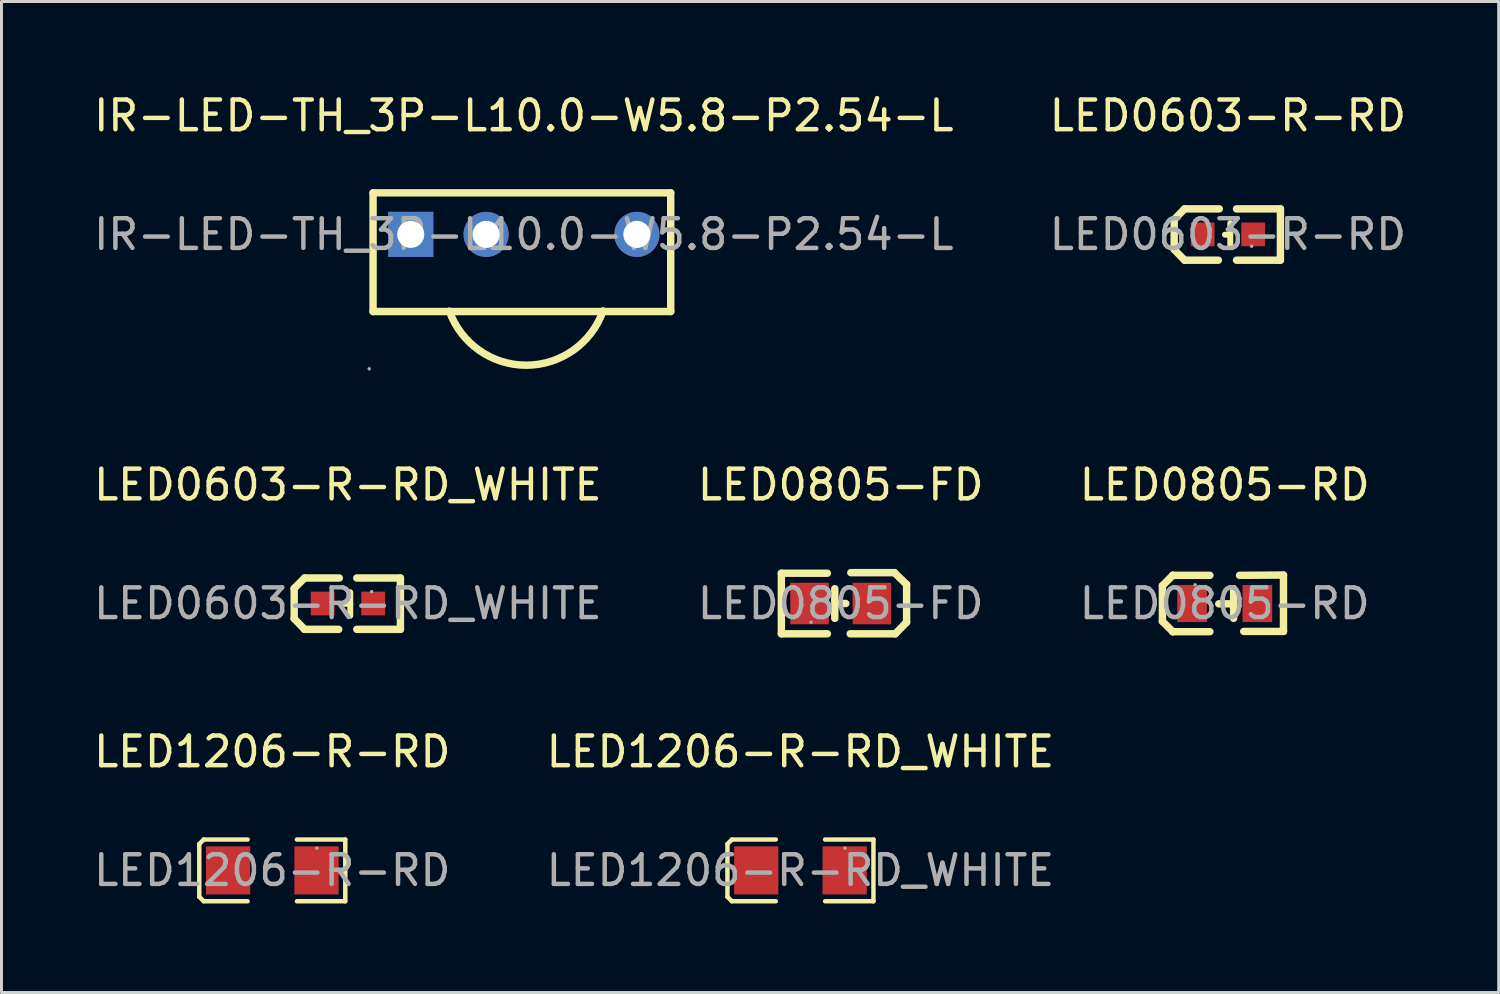
<source format=kicad_pcb>
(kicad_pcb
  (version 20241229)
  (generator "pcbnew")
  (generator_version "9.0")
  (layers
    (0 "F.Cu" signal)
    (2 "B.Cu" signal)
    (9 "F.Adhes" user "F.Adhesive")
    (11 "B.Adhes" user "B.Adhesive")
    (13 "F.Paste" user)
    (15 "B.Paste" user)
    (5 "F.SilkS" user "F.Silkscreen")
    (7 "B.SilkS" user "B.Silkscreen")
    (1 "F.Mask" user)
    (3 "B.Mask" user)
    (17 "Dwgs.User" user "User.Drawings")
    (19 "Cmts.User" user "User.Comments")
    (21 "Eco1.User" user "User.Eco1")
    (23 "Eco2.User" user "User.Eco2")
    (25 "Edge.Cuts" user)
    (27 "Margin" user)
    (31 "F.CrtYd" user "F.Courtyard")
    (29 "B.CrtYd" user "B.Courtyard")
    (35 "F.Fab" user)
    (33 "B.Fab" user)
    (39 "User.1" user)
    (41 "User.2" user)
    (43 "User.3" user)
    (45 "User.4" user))
  (footprint "IR-LED-TH_3P-L10.0-W5.8-P2.54-L"
    (layer "F.Cu")
    (at 14.601 4.848)
    (property "Reference" "IR-LED-TH_3P-L10.0-W5.8-P2.54-L" (at 0 -4 0) (layer "F.SilkS") (effects (font (size 1 1) (thickness 0.15))))
    (attr through_hole)
    (fp_line (start -5.08 -1.4) (end -5.08 2.6) (stroke (width 0.25) (type solid)) (layer "F.SilkS"))
    (fp_line (start -5.08 -1.4) (end 4.95 -1.4) (stroke (width 0.25) (type solid)) (layer "F.SilkS"))
    (fp_line (start -5.08 2.6) (end 4.95 2.6) (stroke (width 0.25) (type solid)) (layer "F.SilkS"))
    (fp_line (start 4.95 -1.4) (end 4.95 2.6) (stroke (width 0.25) (type solid)) (layer "F.SilkS"))
    (fp_arc (start 2.67 2.58) (mid 0.084045 4.408542) (end -2.507281 2.58762) (stroke (width 0.25) (type solid)) (layer "F.SilkS"))
    (fp_circle (center -5.21 4.53) (end -5.18 4.53) (stroke (width 0.06) (type solid)) (fill no) (layer "F.Fab"))
    (fp_circle (center -3.81 0) (end -3.63 0) (stroke (width 0.36) (type solid)) (fill no) (layer "F.Fab"))
    (fp_circle (center -1.27 0) (end -1.09 0) (stroke (width 0.36) (type solid)) (fill no) (layer "F.Fab"))
    (fp_circle (center 3.81 0) (end 3.99 0) (stroke (width 0.36) (type solid)) (fill no) (layer "F.Fab"))
    (fp_text user "${REFERENCE}" (at 0 0 0) (layer "F.Fab") (effects (font (size 1 1) (thickness 0.15))))
    (pad "1" thru_hole rect (at -3.81 0) (size 1.52 1.52) (drill 0.914) (layers "*.Cu" "*.Paste" "*.Mask"))
    (pad "2" thru_hole circle (at -1.27 0) (size 1.52 1.52) (drill 0.914) (layers "*.Cu" "*.Paste" "*.Mask"))
    (pad "3" thru_hole circle (at 3.81 0) (size 1.52 1.52) (drill 0.914) (layers "*.Cu" "*.Paste" "*.Mask")))
  (footprint "LED0805-FD"
    (layer "F.Cu")
    (at 25.28 17.287)
    (property "Reference" "LED0805-FD" (at 0 -4 0) (layer "F.SilkS") (effects (font (size 1 1) (thickness 0.15))))
    (attr through_hole)
    (fp_line (start -2 -1.02) (end -2 1.02) (stroke (width 0.25) (type solid)) (layer "F.SilkS"))
    (fp_line (start -2 1.02) (end -0.45 1.02) (stroke (width 0.25) (type solid)) (layer "F.SilkS"))
    (fp_line (start -0.45 -1.02) (end -2 -1.02) (stroke (width 0.25) (type solid)) (layer "F.SilkS"))
    (fp_line (start -0.2 0.5) (end -0.2 -0.5) (stroke (width 0.25) (type solid)) (layer "F.SilkS"))
    (fp_line (start -0.1 0) (end 0.17 0) (stroke (width 0.25) (type solid)) (layer "F.SilkS"))
    (fp_line (start 0.34 -1.04) (end 1.81 -1.04) (stroke (width 0.25) (type solid)) (layer "F.SilkS"))
    (fp_line (start 1.81 -1.04) (end 2.22 -0.64) (stroke (width 0.25) (type solid)) (layer "F.SilkS"))
    (fp_line (start 1.84 1.02) (end 0.32 1.02) (stroke (width 0.25) (type solid)) (layer "F.SilkS"))
    (fp_line (start 2.22 -0.64) (end 2.22 0.63) (stroke (width 0.25) (type solid)) (layer "F.SilkS"))
    (fp_line (start 2.22 0.63) (end 1.84 1.02) (stroke (width 0.25) (type solid)) (layer "F.SilkS"))
    (fp_circle (center -1 0.63) (end -0.97 0.63) (stroke (width 0.06) (type solid)) (fill no) (layer "F.Fab"))
    (fp_text user "${REFERENCE}" (at 0 0 0) (layer "F.Fab") (effects (font (size 1 1) (thickness 0.15))))
    (pad "1" smd rect (at -1.05 0) (size 1.3 1.4) (layers "F.Cu" "F.Mask" "F.Paste"))
    (pad "2" smd rect (at 1.05 0) (size 1.3 1.4) (layers "F.Cu" "F.Mask" "F.Paste")))
  (footprint "LED0603-R-RD_WHITE"
    (layer "F.Cu")
    (at 8.673 17.287)
    (property "Reference" "LED0603-R-RD_WHITE" (at 0 -4 0) (layer "F.SilkS") (effects (font (size 1 1) (thickness 0.15))))
    (attr through_hole)
    (fp_line (start -1.81 -0.51) (end -1.46 -0.86) (stroke (width 0.25) (type solid)) (layer "F.SilkS"))
    (fp_line (start -1.81 0.51) (end -1.81 -0.51) (stroke (width 0.25) (type solid)) (layer "F.SilkS"))
    (fp_line (start -1.46 0.87) (end -1.81 0.51) (stroke (width 0.25) (type solid)) (layer "F.SilkS"))
    (fp_line (start -0.31 0.87) (end -1.46 0.87) (stroke (width 0.25) (type solid)) (layer "F.SilkS"))
    (fp_line (start -0.29 -0.86) (end -1.46 -0.86) (stroke (width 0.25) (type solid)) (layer "F.SilkS"))
    (fp_line (start 0.08 0.01) (end -0.1 0.01) (stroke (width 0.2) (type solid)) (layer "F.SilkS"))
    (fp_line (start 0.08 0.41) (end 0.08 -0.38) (stroke (width 0.2) (type solid)) (layer "F.SilkS"))
    (fp_line (start 1.77 -0.86) (end 0.3 -0.86) (stroke (width 0.25) (type solid)) (layer "F.SilkS"))
    (fp_line (start 1.77 0.87) (end 0.3 0.87) (stroke (width 0.25) (type solid)) (layer "F.SilkS"))
    (fp_line (start 1.77 0.87) (end 1.77 -0.86) (stroke (width 0.25) (type solid)) (layer "F.SilkS"))
    (fp_circle (center 0.8 -0.4) (end 0.83 -0.4) (stroke (width 0.06) (type solid)) (fill no) (layer "F.Fab"))
    (fp_text user "${REFERENCE}" (at 0 0 0) (layer "F.Fab") (effects (font (size 1 1) (thickness 0.15))))
    (pad "1" smd rect (at 0.85 0 90) (size 0.8 0.8) (layers "F.Cu" "F.Mask" "F.Paste"))
    (pad "2" smd rect (at -0.85 0 90) (size 0.8 0.8) (layers "F.Cu" "F.Mask" "F.Paste")))
  (footprint "LED1206-R-RD"
    (layer "F.Cu")
    (at 6.125 26.28)
    (property "Reference" "LED1206-R-RD" (at 0 -4 0) (layer "F.SilkS") (effects (font (size 1 1) (thickness 0.15))))
    (attr through_hole)
    (fp_line (start -2.46 -0.89) (end -2.31 -1.04) (stroke (width 0.15) (type solid)) (layer "F.SilkS"))
    (fp_line (start -2.46 0.89) (end -2.46 -0.89) (stroke (width 0.15) (type solid)) (layer "F.SilkS"))
    (fp_line (start -2.31 -1.04) (end -0.83 -1.04) (stroke (width 0.15) (type solid)) (layer "F.SilkS"))
    (fp_line (start -2.31 1.04) (end -2.46 0.89) (stroke (width 0.15) (type solid)) (layer "F.SilkS"))
    (fp_line (start -0.83 1.04) (end -2.31 1.04) (stroke (width 0.15) (type solid)) (layer "F.SilkS"))
    (fp_line (start 0.83 1.04) (end 2.46 1.04) (stroke (width 0.15) (type solid)) (layer "F.SilkS"))
    (fp_line (start 2.46 -1.04) (end 0.83 -1.04) (stroke (width 0.15) (type solid)) (layer "F.SilkS"))
    (fp_line (start 2.46 1.04) (end 2.46 -1.04) (stroke (width 0.15) (type solid)) (layer "F.SilkS"))
    (fp_circle (center 1.5 -0.75) (end 1.53 -0.75) (stroke (width 0.06) (type solid)) (fill no) (layer "F.Fab"))
    (fp_text user "${REFERENCE}" (at 0 0 0) (layer "F.Fab") (effects (font (size 1 1) (thickness 0.15))))
    (pad "1" smd rect (at 1.49 0) (size 1.49 1.62) (layers "F.Cu" "F.Mask" "F.Paste"))
    (pad "2" smd rect (at -1.49 0) (size 1.49 1.62) (layers "F.Cu" "F.Mask" "F.Paste")))
  (footprint "LED1206-R-RD_WHITE"
    (layer "F.Cu")
    (at 23.923 26.28)
    (property "Reference" "LED1206-R-RD_WHITE" (at 0 -4 0) (layer "F.SilkS") (effects (font (size 1 1) (thickness 0.15))))
    (attr through_hole)
    (fp_line (start -2.46 -0.89) (end -2.31 -1.04) (stroke (width 0.15) (type solid)) (layer "F.SilkS"))
    (fp_line (start -2.46 0.89) (end -2.46 -0.89) (stroke (width 0.15) (type solid)) (layer "F.SilkS"))
    (fp_line (start -2.31 -1.04) (end -0.83 -1.04) (stroke (width 0.15) (type solid)) (layer "F.SilkS"))
    (fp_line (start -2.31 1.04) (end -2.46 0.89) (stroke (width 0.15) (type solid)) (layer "F.SilkS"))
    (fp_line (start -0.83 1.04) (end -2.31 1.04) (stroke (width 0.15) (type solid)) (layer "F.SilkS"))
    (fp_line (start 0.83 1.04) (end 2.46 1.04) (stroke (width 0.15) (type solid)) (layer "F.SilkS"))
    (fp_line (start 2.46 -1.04) (end 0.83 -1.04) (stroke (width 0.15) (type solid)) (layer "F.SilkS"))
    (fp_line (start 2.46 1.04) (end 2.46 -1.04) (stroke (width 0.15) (type solid)) (layer "F.SilkS"))
    (fp_circle (center 1.5 -0.75) (end 1.53 -0.75) (stroke (width 0.06) (type solid)) (fill no) (layer "F.Fab"))
    (fp_text user "${REFERENCE}" (at 0 0 0) (layer "F.Fab") (effects (font (size 1 1) (thickness 0.15))))
    (pad "1" smd rect (at 1.49 0) (size 1.49 1.62) (layers "F.Cu" "F.Mask" "F.Paste"))
    (pad "2" smd rect (at -1.49 0) (size 1.49 1.62) (layers "F.Cu" "F.Mask" "F.Paste")))
  (footprint "LED0805-RD"
    (layer "F.Cu")
    (at 38.22 17.287)
    (property "Reference" "LED0805-RD" (at 0 -4 0) (layer "F.SilkS") (effects (font (size 1 1) (thickness 0.15))))
    (attr through_hole)
    (fp_line (start -2.1 -0.6) (end -2.1 0.6) (stroke (width 0.25) (type solid)) (layer "F.SilkS"))
    (fp_line (start -1.75 -0.95) (end -2.1 -0.6) (stroke (width 0.25) (type solid)) (layer "F.SilkS"))
    (fp_line (start -1.75 -0.95) (end -1.75 -0.95) (stroke (width 0.25) (type solid)) (layer "F.SilkS"))
    (fp_line (start -1.75 0.95) (end -2.1 0.6) (stroke (width 0.25) (type solid)) (layer "F.SilkS"))
    (fp_line (start -1.75 0.95) (end -1.75 0.95) (stroke (width 0.25) (type solid)) (layer "F.SilkS"))
    (fp_line (start -0.5 -0.95) (end -1.75 -0.95) (stroke (width 0.25) (type solid)) (layer "F.SilkS"))
    (fp_line (start -0.5 0.95) (end -1.75 0.95) (stroke (width 0.25) (type solid)) (layer "F.SilkS"))
    (fp_line (start 0.3 -0.5) (end 0.3 0.5) (stroke (width 0.25) (type solid)) (layer "F.SilkS"))
    (fp_line (start 0.3 0.01) (end -0.2 0.01) (stroke (width 0.25) (type solid)) (layer "F.SilkS"))
    (fp_line (start 0.5 -0.95) (end 1.98 -0.96) (stroke (width 0.25) (type solid)) (layer "F.SilkS"))
    (fp_line (start 0.64 0.94) (end 1.98 0.94) (stroke (width 0.25) (type solid)) (layer "F.SilkS"))
    (fp_line (start 1.98 -0.96) (end 1.98 0.94) (stroke (width 0.25) (type solid)) (layer "F.SilkS"))
    (fp_circle (center -1 -0.63) (end -0.97 -0.63) (stroke (width 0.06) (type solid)) (fill no) (layer "F.Fab"))
    (fp_text user "${REFERENCE}" (at 0 0 0) (layer "F.Fab") (effects (font (size 1 1) (thickness 0.15))))
    (pad "1" smd rect (at -1.1 0 180) (size 1 1.25) (layers "F.Cu" "F.Mask" "F.Paste"))
    (pad "2" smd rect (at 1.1 0 180) (size 1 1.25) (layers "F.Cu" "F.Mask" "F.Paste")))
  (footprint "LED0603-R-RD"
    (layer "F.Cu")
    (at 38.327 4.848)
    (property "Reference" "LED0603-R-RD" (at 0 -4 0) (layer "F.SilkS") (effects (font (size 1 1) (thickness 0.15))))
    (attr through_hole)
    (fp_line (start -1.81 -0.5) (end -1.46 -0.86) (stroke (width 0.25) (type solid)) (layer "F.SilkS"))
    (fp_line (start -1.81 0.51) (end -1.81 -0.5) (stroke (width 0.25) (type solid)) (layer "F.SilkS"))
    (fp_line (start -1.46 0.87) (end -1.81 0.51) (stroke (width 0.25) (type solid)) (layer "F.SilkS"))
    (fp_line (start -0.32 0.87) (end -1.46 0.87) (stroke (width 0.25) (type solid)) (layer "F.SilkS"))
    (fp_line (start -0.29 -0.86) (end -1.46 -0.86) (stroke (width 0.25) (type solid)) (layer "F.SilkS"))
    (fp_line (start 0.08 0.01) (end -0.1 0.01) (stroke (width 0.2) (type solid)) (layer "F.SilkS"))
    (fp_line (start 0.08 0.41) (end 0.08 -0.38) (stroke (width 0.2) (type solid)) (layer "F.SilkS"))
    (fp_line (start 1.77 -0.86) (end 0.29 -0.86) (stroke (width 0.25) (type solid)) (layer "F.SilkS"))
    (fp_line (start 1.77 0.87) (end 0.29 0.87) (stroke (width 0.25) (type solid)) (layer "F.SilkS"))
    (fp_line (start 1.77 0.87) (end 1.77 -0.86) (stroke (width 0.25) (type solid)) (layer "F.SilkS"))
    (fp_circle (center 0.8 0.4) (end 0.83 0.4) (stroke (width 0.06) (type solid)) (fill no) (layer "F.Fab"))
    (fp_text user "${REFERENCE}" (at 0 0 0) (layer "F.Fab") (effects (font (size 1 1) (thickness 0.15))))
    (pad "1" smd rect (at 0.85 0 90) (size 0.8 0.8) (layers "F.Cu" "F.Mask" "F.Paste"))
    (pad "2" smd rect (at -0.85 0 90) (size 0.8 0.8) (layers "F.Cu" "F.Mask" "F.Paste")))
  (gr_rect
    (start -3 -3)
    (end 47.452 30.395)
    (stroke (width 0.1) (type default))
    (fill no)
    (layer "Edge.Cuts")))
</source>
